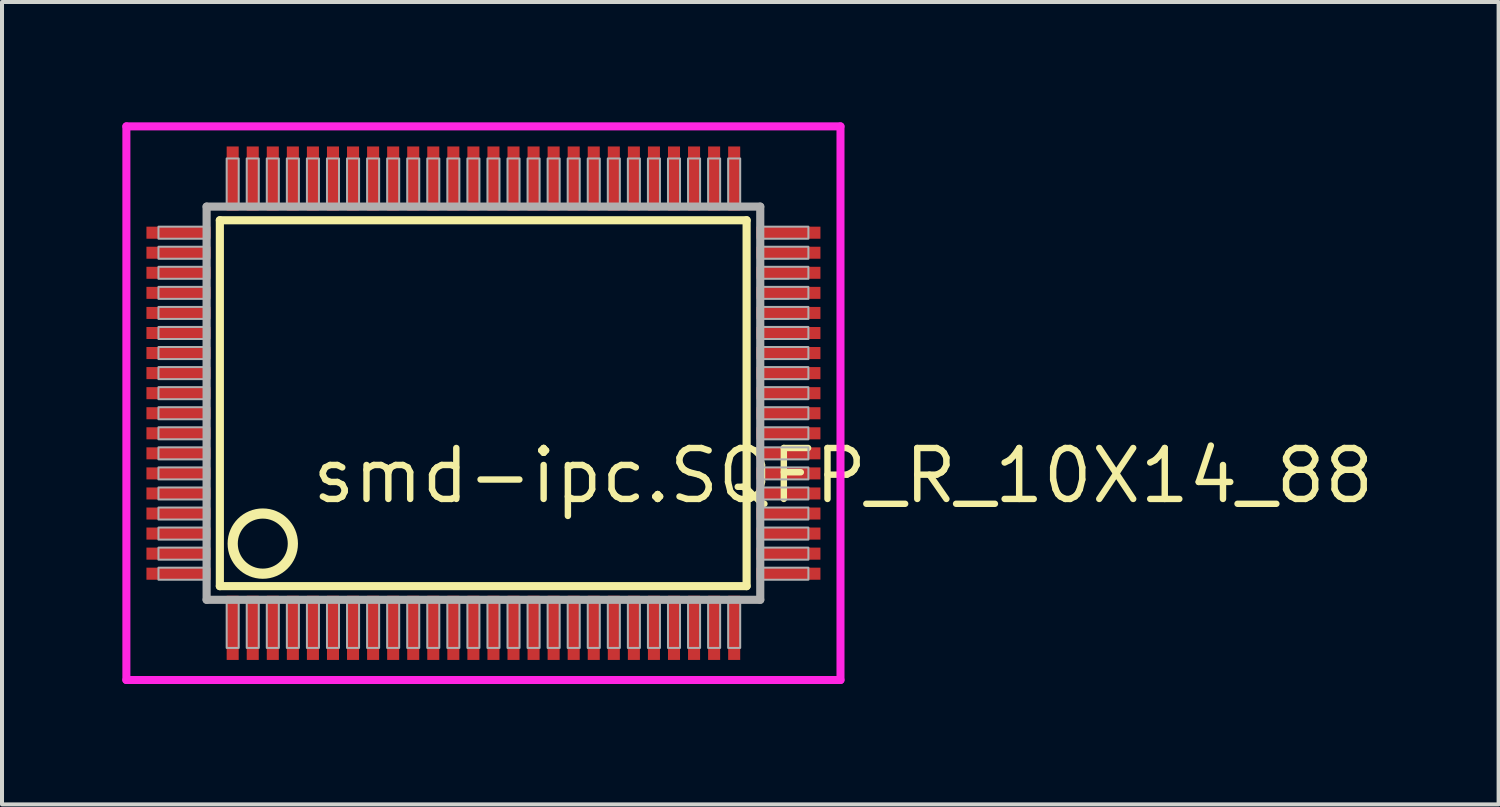
<source format=kicad_pcb>
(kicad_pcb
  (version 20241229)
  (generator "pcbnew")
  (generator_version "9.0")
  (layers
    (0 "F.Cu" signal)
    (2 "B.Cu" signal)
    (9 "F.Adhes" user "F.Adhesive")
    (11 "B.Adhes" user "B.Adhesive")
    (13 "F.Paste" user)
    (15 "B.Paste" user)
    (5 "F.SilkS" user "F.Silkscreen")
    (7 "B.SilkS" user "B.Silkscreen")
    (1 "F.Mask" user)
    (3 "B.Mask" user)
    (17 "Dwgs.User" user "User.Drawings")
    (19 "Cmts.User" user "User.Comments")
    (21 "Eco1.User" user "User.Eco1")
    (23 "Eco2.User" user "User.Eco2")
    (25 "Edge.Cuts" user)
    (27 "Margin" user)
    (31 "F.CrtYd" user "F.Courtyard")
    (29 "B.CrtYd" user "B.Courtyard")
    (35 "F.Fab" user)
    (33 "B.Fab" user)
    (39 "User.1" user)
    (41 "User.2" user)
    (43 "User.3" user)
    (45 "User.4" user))
  (footprint "smd-ipc.SQFP_R_10X14_88"
    (layer "F.Cu")
    (at 9 7)
    (property "Reference" "smd-ipc.SQFP_R_10X14_88" (at -4.35 2.55 0) (layer "F.SilkS") (effects (font (size 1.27 1.27) (thickness 0.16)) (justify left bottom)))
    (attr smd)
    (fp_line (start -6.57 -4.56) (end 6.56 -4.56) (stroke (width 0.203) (type default)) (layer "F.SilkS"))
    (fp_line (start -6.57 4.56) (end -6.57 -4.56) (stroke (width 0.203) (type default)) (layer "F.SilkS"))
    (fp_line (start 6.56 -4.56) (end 6.56 4.56) (stroke (width 0.203) (type default)) (layer "F.SilkS"))
    (fp_line (start 6.56 4.56) (end -6.57 4.56) (stroke (width 0.203) (type default)) (layer "F.SilkS"))
    (fp_circle (center -5.5 3.5) (end -4.75 3.5) (stroke (width 0.254) (type default)) (fill no) (layer "F.SilkS"))
    (fp_line (start -8.9 -6.9) (end 8.9 -6.9) (stroke (width 0.2) (type default)) (layer "F.CrtYd"))
    (fp_line (start -8.9 6.9) (end -8.9 -6.9) (stroke (width 0.2) (type default)) (layer "F.CrtYd"))
    (fp_line (start 8.9 -6.9) (end 8.9 6.9) (stroke (width 0.2) (type default)) (layer "F.CrtYd"))
    (fp_line (start 8.9 6.9) (end -8.9 6.9) (stroke (width 0.2) (type default)) (layer "F.CrtYd"))
    (fp_line (start -6.9 -4.9) (end -6.9 4.9) (stroke (width 0.203) (type default)) (layer "F.Fab"))
    (fp_line (start -6.9 4.9) (end 6.9 4.9) (stroke (width 0.203) (type default)) (layer "F.Fab"))
    (fp_line (start 6.9 -4.9) (end -6.9 -4.9) (stroke (width 0.203) (type default)) (layer "F.Fab"))
    (fp_line (start 6.9 4.9) (end 6.9 -4.9) (stroke (width 0.203) (type default)) (layer "F.Fab"))
    (fp_rect (start -8.1 -4.1) (end -6.95 -4.4) (stroke (width 0.05) (type default)) (fill no) (layer "F.Fab"))
    (fp_rect (start -8.1 -3.6) (end -6.95 -3.9) (stroke (width 0.05) (type default)) (fill no) (layer "F.Fab"))
    (fp_rect (start -8.1 -3.1) (end -6.95 -3.4) (stroke (width 0.05) (type default)) (fill no) (layer "F.Fab"))
    (fp_rect (start -8.1 -2.6) (end -6.95 -2.9) (stroke (width 0.05) (type default)) (fill no) (layer "F.Fab"))
    (fp_rect (start -8.1 -2.1) (end -6.95 -2.4) (stroke (width 0.05) (type default)) (fill no) (layer "F.Fab"))
    (fp_rect (start -8.1 -1.6) (end -6.95 -1.9) (stroke (width 0.05) (type default)) (fill no) (layer "F.Fab"))
    (fp_rect (start -8.1 -1.1) (end -6.95 -1.4) (stroke (width 0.05) (type default)) (fill no) (layer "F.Fab"))
    (fp_rect (start -8.1 -0.6) (end -6.95 -0.9) (stroke (width 0.05) (type default)) (fill no) (layer "F.Fab"))
    (fp_rect (start -8.1 -0.1) (end -6.95 -0.4) (stroke (width 0.05) (type default)) (fill no) (layer "F.Fab"))
    (fp_rect (start -8.1 0.4) (end -6.95 0.1) (stroke (width 0.05) (type default)) (fill no) (layer "F.Fab"))
    (fp_rect (start -8.1 0.9) (end -6.95 0.6) (stroke (width 0.05) (type default)) (fill no) (layer "F.Fab"))
    (fp_rect (start -8.1 1.4) (end -6.95 1.1) (stroke (width 0.05) (type default)) (fill no) (layer "F.Fab"))
    (fp_rect (start -8.1 1.9) (end -6.95 1.6) (stroke (width 0.05) (type default)) (fill no) (layer "F.Fab"))
    (fp_rect (start -8.1 2.4) (end -6.95 2.1) (stroke (width 0.05) (type default)) (fill no) (layer "F.Fab"))
    (fp_rect (start -8.1 2.9) (end -6.95 2.6) (stroke (width 0.05) (type default)) (fill no) (layer "F.Fab"))
    (fp_rect (start -8.1 3.4) (end -6.95 3.1) (stroke (width 0.05) (type default)) (fill no) (layer "F.Fab"))
    (fp_rect (start -8.1 3.9) (end -6.95 3.6) (stroke (width 0.05) (type default)) (fill no) (layer "F.Fab"))
    (fp_rect (start -8.1 4.4) (end -6.95 4.1) (stroke (width 0.05) (type default)) (fill no) (layer "F.Fab"))
    (fp_rect (start -6.4 -4.95) (end -6.1 -6.1) (stroke (width 0.05) (type default)) (fill no) (layer "F.Fab"))
    (fp_rect (start -6.4 6.1) (end -6.1 4.95) (stroke (width 0.05) (type default)) (fill no) (layer "F.Fab"))
    (fp_rect (start -5.9 -4.95) (end -5.6 -6.1) (stroke (width 0.05) (type default)) (fill no) (layer "F.Fab"))
    (fp_rect (start -5.9 6.1) (end -5.6 4.95) (stroke (width 0.05) (type default)) (fill no) (layer "F.Fab"))
    (fp_rect (start -5.4 -4.95) (end -5.1 -6.1) (stroke (width 0.05) (type default)) (fill no) (layer "F.Fab"))
    (fp_rect (start -5.4 6.1) (end -5.1 4.95) (stroke (width 0.05) (type default)) (fill no) (layer "F.Fab"))
    (fp_rect (start -4.9 -4.95) (end -4.6 -6.1) (stroke (width 0.05) (type default)) (fill no) (layer "F.Fab"))
    (fp_rect (start -4.9 6.1) (end -4.6 4.95) (stroke (width 0.05) (type default)) (fill no) (layer "F.Fab"))
    (fp_rect (start -4.4 -4.95) (end -4.1 -6.1) (stroke (width 0.05) (type default)) (fill no) (layer "F.Fab"))
    (fp_rect (start -4.4 6.1) (end -4.1 4.95) (stroke (width 0.05) (type default)) (fill no) (layer "F.Fab"))
    (fp_rect (start -3.9 -4.95) (end -3.6 -6.1) (stroke (width 0.05) (type default)) (fill no) (layer "F.Fab"))
    (fp_rect (start -3.9 6.1) (end -3.6 4.95) (stroke (width 0.05) (type default)) (fill no) (layer "F.Fab"))
    (fp_rect (start -3.4 -4.95) (end -3.1 -6.1) (stroke (width 0.05) (type default)) (fill no) (layer "F.Fab"))
    (fp_rect (start -3.4 6.1) (end -3.1 4.95) (stroke (width 0.05) (type default)) (fill no) (layer "F.Fab"))
    (fp_rect (start -2.9 -4.95) (end -2.6 -6.1) (stroke (width 0.05) (type default)) (fill no) (layer "F.Fab"))
    (fp_rect (start -2.9 6.1) (end -2.6 4.95) (stroke (width 0.05) (type default)) (fill no) (layer "F.Fab"))
    (fp_rect (start -2.4 -4.95) (end -2.1 -6.1) (stroke (width 0.05) (type default)) (fill no) (layer "F.Fab"))
    (fp_rect (start -2.4 6.1) (end -2.1 4.95) (stroke (width 0.05) (type default)) (fill no) (layer "F.Fab"))
    (fp_rect (start -1.9 -4.95) (end -1.6 -6.1) (stroke (width 0.05) (type default)) (fill no) (layer "F.Fab"))
    (fp_rect (start -1.9 6.1) (end -1.6 4.95) (stroke (width 0.05) (type default)) (fill no) (layer "F.Fab"))
    (fp_rect (start -1.4 -4.95) (end -1.1 -6.1) (stroke (width 0.05) (type default)) (fill no) (layer "F.Fab"))
    (fp_rect (start -1.4 6.1) (end -1.1 4.95) (stroke (width 0.05) (type default)) (fill no) (layer "F.Fab"))
    (fp_rect (start -0.9 -4.95) (end -0.6 -6.1) (stroke (width 0.05) (type default)) (fill no) (layer "F.Fab"))
    (fp_rect (start -0.9 6.1) (end -0.6 4.95) (stroke (width 0.05) (type default)) (fill no) (layer "F.Fab"))
    (fp_rect (start -0.4 -4.95) (end -0.1 -6.1) (stroke (width 0.05) (type default)) (fill no) (layer "F.Fab"))
    (fp_rect (start -0.4 6.1) (end -0.1 4.95) (stroke (width 0.05) (type default)) (fill no) (layer "F.Fab"))
    (fp_rect (start 0.1 -4.95) (end 0.4 -6.1) (stroke (width 0.05) (type default)) (fill no) (layer "F.Fab"))
    (fp_rect (start 0.1 6.1) (end 0.4 4.95) (stroke (width 0.05) (type default)) (fill no) (layer "F.Fab"))
    (fp_rect (start 0.6 -4.95) (end 0.9 -6.1) (stroke (width 0.05) (type default)) (fill no) (layer "F.Fab"))
    (fp_rect (start 0.6 6.1) (end 0.9 4.95) (stroke (width 0.05) (type default)) (fill no) (layer "F.Fab"))
    (fp_rect (start 1.1 -4.95) (end 1.4 -6.1) (stroke (width 0.05) (type default)) (fill no) (layer "F.Fab"))
    (fp_rect (start 1.1 6.1) (end 1.4 4.95) (stroke (width 0.05) (type default)) (fill no) (layer "F.Fab"))
    (fp_rect (start 1.6 -4.95) (end 1.9 -6.1) (stroke (width 0.05) (type default)) (fill no) (layer "F.Fab"))
    (fp_rect (start 1.6 6.1) (end 1.9 4.95) (stroke (width 0.05) (type default)) (fill no) (layer "F.Fab"))
    (fp_rect (start 2.1 -4.95) (end 2.4 -6.1) (stroke (width 0.05) (type default)) (fill no) (layer "F.Fab"))
    (fp_rect (start 2.1 6.1) (end 2.4 4.95) (stroke (width 0.05) (type default)) (fill no) (layer "F.Fab"))
    (fp_rect (start 2.6 -4.95) (end 2.9 -6.1) (stroke (width 0.05) (type default)) (fill no) (layer "F.Fab"))
    (fp_rect (start 2.6 6.1) (end 2.9 4.95) (stroke (width 0.05) (type default)) (fill no) (layer "F.Fab"))
    (fp_rect (start 3.1 -4.95) (end 3.4 -6.1) (stroke (width 0.05) (type default)) (fill no) (layer "F.Fab"))
    (fp_rect (start 3.1 6.1) (end 3.4 4.95) (stroke (width 0.05) (type default)) (fill no) (layer "F.Fab"))
    (fp_rect (start 3.6 -4.95) (end 3.9 -6.1) (stroke (width 0.05) (type default)) (fill no) (layer "F.Fab"))
    (fp_rect (start 3.6 6.1) (end 3.9 4.95) (stroke (width 0.05) (type default)) (fill no) (layer "F.Fab"))
    (fp_rect (start 4.1 -4.95) (end 4.4 -6.1) (stroke (width 0.05) (type default)) (fill no) (layer "F.Fab"))
    (fp_rect (start 4.1 6.1) (end 4.4 4.95) (stroke (width 0.05) (type default)) (fill no) (layer "F.Fab"))
    (fp_rect (start 4.6 -4.95) (end 4.9 -6.1) (stroke (width 0.05) (type default)) (fill no) (layer "F.Fab"))
    (fp_rect (start 4.6 6.1) (end 4.9 4.95) (stroke (width 0.05) (type default)) (fill no) (layer "F.Fab"))
    (fp_rect (start 5.1 -4.95) (end 5.4 -6.1) (stroke (width 0.05) (type default)) (fill no) (layer "F.Fab"))
    (fp_rect (start 5.1 6.1) (end 5.4 4.95) (stroke (width 0.05) (type default)) (fill no) (layer "F.Fab"))
    (fp_rect (start 5.6 -4.95) (end 5.9 -6.1) (stroke (width 0.05) (type default)) (fill no) (layer "F.Fab"))
    (fp_rect (start 5.6 6.1) (end 5.9 4.95) (stroke (width 0.05) (type default)) (fill no) (layer "F.Fab"))
    (fp_rect (start 6.1 -4.95) (end 6.4 -6.1) (stroke (width 0.05) (type default)) (fill no) (layer "F.Fab"))
    (fp_rect (start 6.1 6.1) (end 6.4 4.95) (stroke (width 0.05) (type default)) (fill no) (layer "F.Fab"))
    (fp_rect (start 6.95 -4.1) (end 8.1 -4.4) (stroke (width 0.05) (type default)) (fill no) (layer "F.Fab"))
    (fp_rect (start 6.95 -3.6) (end 8.1 -3.9) (stroke (width 0.05) (type default)) (fill no) (layer "F.Fab"))
    (fp_rect (start 6.95 -3.1) (end 8.1 -3.4) (stroke (width 0.05) (type default)) (fill no) (layer "F.Fab"))
    (fp_rect (start 6.95 -2.6) (end 8.1 -2.9) (stroke (width 0.05) (type default)) (fill no) (layer "F.Fab"))
    (fp_rect (start 6.95 -2.1) (end 8.1 -2.4) (stroke (width 0.05) (type default)) (fill no) (layer "F.Fab"))
    (fp_rect (start 6.95 -1.6) (end 8.1 -1.9) (stroke (width 0.05) (type default)) (fill no) (layer "F.Fab"))
    (fp_rect (start 6.95 -1.1) (end 8.1 -1.4) (stroke (width 0.05) (type default)) (fill no) (layer "F.Fab"))
    (fp_rect (start 6.95 -0.6) (end 8.1 -0.9) (stroke (width 0.05) (type default)) (fill no) (layer "F.Fab"))
    (fp_rect (start 6.95 -0.1) (end 8.1 -0.4) (stroke (width 0.05) (type default)) (fill no) (layer "F.Fab"))
    (fp_rect (start 6.95 0.4) (end 8.1 0.1) (stroke (width 0.05) (type default)) (fill no) (layer "F.Fab"))
    (fp_rect (start 6.95 0.9) (end 8.1 0.6) (stroke (width 0.05) (type default)) (fill no) (layer "F.Fab"))
    (fp_rect (start 6.95 1.4) (end 8.1 1.1) (stroke (width 0.05) (type default)) (fill no) (layer "F.Fab"))
    (fp_rect (start 6.95 1.9) (end 8.1 1.6) (stroke (width 0.05) (type default)) (fill no) (layer "F.Fab"))
    (fp_rect (start 6.95 2.4) (end 8.1 2.1) (stroke (width 0.05) (type default)) (fill no) (layer "F.Fab"))
    (fp_rect (start 6.95 2.9) (end 8.1 2.6) (stroke (width 0.05) (type default)) (fill no) (layer "F.Fab"))
    (fp_rect (start 6.95 3.4) (end 8.1 3.1) (stroke (width 0.05) (type default)) (fill no) (layer "F.Fab"))
    (fp_rect (start 6.95 3.9) (end 8.1 3.6) (stroke (width 0.05) (type default)) (fill no) (layer "F.Fab"))
    (fp_rect (start 6.95 4.4) (end 8.1 4.1) (stroke (width 0.05) (type default)) (fill no) (layer "F.Fab"))
    (pad "1" smd roundrect (at -6.25 5.6) (size 0.3 1.6) (layers "F.Cu" "F.Mask" "F.Paste") (roundrect_rratio 0.01))
    (pad "2" smd roundrect (at -5.75 5.6) (size 0.3 1.6) (layers "F.Cu" "F.Mask" "F.Paste") (roundrect_rratio 0.01))
    (pad "3" smd roundrect (at -5.25 5.6) (size 0.3 1.6) (layers "F.Cu" "F.Mask" "F.Paste") (roundrect_rratio 0.01))
    (pad "4" smd roundrect (at -4.75 5.6) (size 0.3 1.6) (layers "F.Cu" "F.Mask" "F.Paste") (roundrect_rratio 0.01))
    (pad "5" smd roundrect (at -4.25 5.6) (size 0.3 1.6) (layers "F.Cu" "F.Mask" "F.Paste") (roundrect_rratio 0.01))
    (pad "6" smd roundrect (at -3.75 5.6) (size 0.3 1.6) (layers "F.Cu" "F.Mask" "F.Paste") (roundrect_rratio 0.01))
    (pad "7" smd roundrect (at -3.25 5.6) (size 0.3 1.6) (layers "F.Cu" "F.Mask" "F.Paste") (roundrect_rratio 0.01))
    (pad "8" smd roundrect (at -2.75 5.6) (size 0.3 1.6) (layers "F.Cu" "F.Mask" "F.Paste") (roundrect_rratio 0.01))
    (pad "9" smd roundrect (at -2.25 5.6) (size 0.3 1.6) (layers "F.Cu" "F.Mask" "F.Paste") (roundrect_rratio 0.01))
    (pad "10" smd roundrect (at -1.75 5.6) (size 0.3 1.6) (layers "F.Cu" "F.Mask" "F.Paste") (roundrect_rratio 0.01))
    (pad "11" smd roundrect (at -1.25 5.6) (size 0.3 1.6) (layers "F.Cu" "F.Mask" "F.Paste") (roundrect_rratio 0.01))
    (pad "12" smd roundrect (at -0.75 5.6) (size 0.3 1.6) (layers "F.Cu" "F.Mask" "F.Paste") (roundrect_rratio 0.01))
    (pad "13" smd roundrect (at -0.25 5.6) (size 0.3 1.6) (layers "F.Cu" "F.Mask" "F.Paste") (roundrect_rratio 0.01))
    (pad "14" smd roundrect (at 0.25 5.6) (size 0.3 1.6) (layers "F.Cu" "F.Mask" "F.Paste") (roundrect_rratio 0.01))
    (pad "15" smd roundrect (at 0.75 5.6) (size 0.3 1.6) (layers "F.Cu" "F.Mask" "F.Paste") (roundrect_rratio 0.01))
    (pad "16" smd roundrect (at 1.25 5.6) (size 0.3 1.6) (layers "F.Cu" "F.Mask" "F.Paste") (roundrect_rratio 0.01))
    (pad "17" smd roundrect (at 1.75 5.6) (size 0.3 1.6) (layers "F.Cu" "F.Mask" "F.Paste") (roundrect_rratio 0.01))
    (pad "18" smd roundrect (at 2.25 5.6) (size 0.3 1.6) (layers "F.Cu" "F.Mask" "F.Paste") (roundrect_rratio 0.01))
    (pad "19" smd roundrect (at 2.75 5.6) (size 0.3 1.6) (layers "F.Cu" "F.Mask" "F.Paste") (roundrect_rratio 0.01))
    (pad "20" smd roundrect (at 3.25 5.6) (size 0.3 1.6) (layers "F.Cu" "F.Mask" "F.Paste") (roundrect_rratio 0.01))
    (pad "21" smd roundrect (at 3.75 5.6) (size 0.3 1.6) (layers "F.Cu" "F.Mask" "F.Paste") (roundrect_rratio 0.01))
    (pad "22" smd roundrect (at 4.25 5.6) (size 0.3 1.6) (layers "F.Cu" "F.Mask" "F.Paste") (roundrect_rratio 0.01))
    (pad "23" smd roundrect (at 4.75 5.6) (size 0.3 1.6) (layers "F.Cu" "F.Mask" "F.Paste") (roundrect_rratio 0.01))
    (pad "24" smd roundrect (at 5.25 5.6) (size 0.3 1.6) (layers "F.Cu" "F.Mask" "F.Paste") (roundrect_rratio 0.01))
    (pad "25" smd roundrect (at 5.75 5.6) (size 0.3 1.6) (layers "F.Cu" "F.Mask" "F.Paste") (roundrect_rratio 0.01))
    (pad "26" smd roundrect (at 6.25 5.6) (size 0.3 1.6) (layers "F.Cu" "F.Mask" "F.Paste") (roundrect_rratio 0.01))
    (pad "27" smd roundrect (at 7.6 4.25) (size 1.6 0.3) (layers "F.Cu" "F.Mask" "F.Paste") (roundrect_rratio 0.01))
    (pad "28" smd roundrect (at 7.6 3.75) (size 1.6 0.3) (layers "F.Cu" "F.Mask" "F.Paste") (roundrect_rratio 0.01))
    (pad "29" smd roundrect (at 7.6 3.25) (size 1.6 0.3) (layers "F.Cu" "F.Mask" "F.Paste") (roundrect_rratio 0.01))
    (pad "30" smd roundrect (at 7.6 2.75) (size 1.6 0.3) (layers "F.Cu" "F.Mask" "F.Paste") (roundrect_rratio 0.01))
    (pad "31" smd roundrect (at 7.6 2.25) (size 1.6 0.3) (layers "F.Cu" "F.Mask" "F.Paste") (roundrect_rratio 0.01))
    (pad "32" smd roundrect (at 7.6 1.75) (size 1.6 0.3) (layers "F.Cu" "F.Mask" "F.Paste") (roundrect_rratio 0.01))
    (pad "33" smd roundrect (at 7.6 1.25) (size 1.6 0.3) (layers "F.Cu" "F.Mask" "F.Paste") (roundrect_rratio 0.01))
    (pad "34" smd roundrect (at 7.6 0.75) (size 1.6 0.3) (layers "F.Cu" "F.Mask" "F.Paste") (roundrect_rratio 0.01))
    (pad "35" smd roundrect (at 7.6 0.25) (size 1.6 0.3) (layers "F.Cu" "F.Mask" "F.Paste") (roundrect_rratio 0.01))
    (pad "36" smd roundrect (at 7.6 -0.25) (size 1.6 0.3) (layers "F.Cu" "F.Mask" "F.Paste") (roundrect_rratio 0.01))
    (pad "37" smd roundrect (at 7.6 -0.75) (size 1.6 0.3) (layers "F.Cu" "F.Mask" "F.Paste") (roundrect_rratio 0.01))
    (pad "38" smd roundrect (at 7.6 -1.25) (size 1.6 0.3) (layers "F.Cu" "F.Mask" "F.Paste") (roundrect_rratio 0.01))
    (pad "39" smd roundrect (at 7.6 -1.75) (size 1.6 0.3) (layers "F.Cu" "F.Mask" "F.Paste") (roundrect_rratio 0.01))
    (pad "40" smd roundrect (at 7.6 -2.25) (size 1.6 0.3) (layers "F.Cu" "F.Mask" "F.Paste") (roundrect_rratio 0.01))
    (pad "41" smd roundrect (at 7.6 -2.75) (size 1.6 0.3) (layers "F.Cu" "F.Mask" "F.Paste") (roundrect_rratio 0.01))
    (pad "42" smd roundrect (at 7.6 -3.25) (size 1.6 0.3) (layers "F.Cu" "F.Mask" "F.Paste") (roundrect_rratio 0.01))
    (pad "43" smd roundrect (at 7.6 -3.75) (size 1.6 0.3) (layers "F.Cu" "F.Mask" "F.Paste") (roundrect_rratio 0.01))
    (pad "44" smd roundrect (at 7.6 -4.25) (size 1.6 0.3) (layers "F.Cu" "F.Mask" "F.Paste") (roundrect_rratio 0.01))
    (pad "45" smd roundrect (at 6.25 -5.6) (size 0.3 1.6) (layers "F.Cu" "F.Mask" "F.Paste") (roundrect_rratio 0.01))
    (pad "46" smd roundrect (at 5.75 -5.6) (size 0.3 1.6) (layers "F.Cu" "F.Mask" "F.Paste") (roundrect_rratio 0.01))
    (pad "47" smd roundrect (at 5.25 -5.6) (size 0.3 1.6) (layers "F.Cu" "F.Mask" "F.Paste") (roundrect_rratio 0.01))
    (pad "48" smd roundrect (at 4.75 -5.6) (size 0.3 1.6) (layers "F.Cu" "F.Mask" "F.Paste") (roundrect_rratio 0.01))
    (pad "49" smd roundrect (at 4.25 -5.6) (size 0.3 1.6) (layers "F.Cu" "F.Mask" "F.Paste") (roundrect_rratio 0.01))
    (pad "50" smd roundrect (at 3.75 -5.6) (size 0.3 1.6) (layers "F.Cu" "F.Mask" "F.Paste") (roundrect_rratio 0.01))
    (pad "51" smd roundrect (at 3.25 -5.6) (size 0.3 1.6) (layers "F.Cu" "F.Mask" "F.Paste") (roundrect_rratio 0.01))
    (pad "52" smd roundrect (at 2.75 -5.6) (size 0.3 1.6) (layers "F.Cu" "F.Mask" "F.Paste") (roundrect_rratio 0.01))
    (pad "53" smd roundrect (at 2.25 -5.6) (size 0.3 1.6) (layers "F.Cu" "F.Mask" "F.Paste") (roundrect_rratio 0.01))
    (pad "54" smd roundrect (at 1.75 -5.6) (size 0.3 1.6) (layers "F.Cu" "F.Mask" "F.Paste") (roundrect_rratio 0.01))
    (pad "55" smd roundrect (at 1.25 -5.6) (size 0.3 1.6) (layers "F.Cu" "F.Mask" "F.Paste") (roundrect_rratio 0.01))
    (pad "56" smd roundrect (at 0.75 -5.6) (size 0.3 1.6) (layers "F.Cu" "F.Mask" "F.Paste") (roundrect_rratio 0.01))
    (pad "57" smd roundrect (at 0.25 -5.6) (size 0.3 1.6) (layers "F.Cu" "F.Mask" "F.Paste") (roundrect_rratio 0.01))
    (pad "58" smd roundrect (at -0.25 -5.6) (size 0.3 1.6) (layers "F.Cu" "F.Mask" "F.Paste") (roundrect_rratio 0.01))
    (pad "59" smd roundrect (at -0.75 -5.6) (size 0.3 1.6) (layers "F.Cu" "F.Mask" "F.Paste") (roundrect_rratio 0.01))
    (pad "60" smd roundrect (at -1.25 -5.6) (size 0.3 1.6) (layers "F.Cu" "F.Mask" "F.Paste") (roundrect_rratio 0.01))
    (pad "61" smd roundrect (at -1.75 -5.6) (size 0.3 1.6) (layers "F.Cu" "F.Mask" "F.Paste") (roundrect_rratio 0.01))
    (pad "62" smd roundrect (at -2.25 -5.6) (size 0.3 1.6) (layers "F.Cu" "F.Mask" "F.Paste") (roundrect_rratio 0.01))
    (pad "63" smd roundrect (at -2.75 -5.6) (size 0.3 1.6) (layers "F.Cu" "F.Mask" "F.Paste") (roundrect_rratio 0.01))
    (pad "64" smd roundrect (at -3.25 -5.6) (size 0.3 1.6) (layers "F.Cu" "F.Mask" "F.Paste") (roundrect_rratio 0.01))
    (pad "65" smd roundrect (at -3.75 -5.6) (size 0.3 1.6) (layers "F.Cu" "F.Mask" "F.Paste") (roundrect_rratio 0.01))
    (pad "66" smd roundrect (at -4.25 -5.6) (size 0.3 1.6) (layers "F.Cu" "F.Mask" "F.Paste") (roundrect_rratio 0.01))
    (pad "67" smd roundrect (at -4.75 -5.6) (size 0.3 1.6) (layers "F.Cu" "F.Mask" "F.Paste") (roundrect_rratio 0.01))
    (pad "68" smd roundrect (at -5.25 -5.6) (size 0.3 1.6) (layers "F.Cu" "F.Mask" "F.Paste") (roundrect_rratio 0.01))
    (pad "69" smd roundrect (at -5.75 -5.6) (size 0.3 1.6) (layers "F.Cu" "F.Mask" "F.Paste") (roundrect_rratio 0.01))
    (pad "70" smd roundrect (at -6.25 -5.6) (size 0.3 1.6) (layers "F.Cu" "F.Mask" "F.Paste") (roundrect_rratio 0.01))
    (pad "71" smd roundrect (at -7.6 -4.25) (size 1.6 0.3) (layers "F.Cu" "F.Mask" "F.Paste") (roundrect_rratio 0.01))
    (pad "72" smd roundrect (at -7.6 -3.75) (size 1.6 0.3) (layers "F.Cu" "F.Mask" "F.Paste") (roundrect_rratio 0.01))
    (pad "73" smd roundrect (at -7.6 -3.25) (size 1.6 0.3) (layers "F.Cu" "F.Mask" "F.Paste") (roundrect_rratio 0.01))
    (pad "74" smd roundrect (at -7.6 -2.75) (size 1.6 0.3) (layers "F.Cu" "F.Mask" "F.Paste") (roundrect_rratio 0.01))
    (pad "75" smd roundrect (at -7.6 -2.25) (size 1.6 0.3) (layers "F.Cu" "F.Mask" "F.Paste") (roundrect_rratio 0.01))
    (pad "76" smd roundrect (at -7.6 -1.75) (size 1.6 0.3) (layers "F.Cu" "F.Mask" "F.Paste") (roundrect_rratio 0.01))
    (pad "77" smd roundrect (at -7.6 -1.25) (size 1.6 0.3) (layers "F.Cu" "F.Mask" "F.Paste") (roundrect_rratio 0.01))
    (pad "78" smd roundrect (at -7.6 -0.75) (size 1.6 0.3) (layers "F.Cu" "F.Mask" "F.Paste") (roundrect_rratio 0.01))
    (pad "79" smd roundrect (at -7.6 -0.25) (size 1.6 0.3) (layers "F.Cu" "F.Mask" "F.Paste") (roundrect_rratio 0.01))
    (pad "80" smd roundrect (at -7.6 0.25) (size 1.6 0.3) (layers "F.Cu" "F.Mask" "F.Paste") (roundrect_rratio 0.01))
    (pad "81" smd roundrect (at -7.6 0.75) (size 1.6 0.3) (layers "F.Cu" "F.Mask" "F.Paste") (roundrect_rratio 0.01))
    (pad "82" smd roundrect (at -7.6 1.25) (size 1.6 0.3) (layers "F.Cu" "F.Mask" "F.Paste") (roundrect_rratio 0.01))
    (pad "83" smd roundrect (at -7.6 1.75) (size 1.6 0.3) (layers "F.Cu" "F.Mask" "F.Paste") (roundrect_rratio 0.01))
    (pad "84" smd roundrect (at -7.6 2.25) (size 1.6 0.3) (layers "F.Cu" "F.Mask" "F.Paste") (roundrect_rratio 0.01))
    (pad "85" smd roundrect (at -7.6 2.75) (size 1.6 0.3) (layers "F.Cu" "F.Mask" "F.Paste") (roundrect_rratio 0.01))
    (pad "86" smd roundrect (at -7.6 3.25) (size 1.6 0.3) (layers "F.Cu" "F.Mask" "F.Paste") (roundrect_rratio 0.01))
    (pad "87" smd roundrect (at -7.6 3.75) (size 1.6 0.3) (layers "F.Cu" "F.Mask" "F.Paste") (roundrect_rratio 0.01))
    (pad "88" smd roundrect (at -7.6 4.25) (size 1.6 0.3) (layers "F.Cu" "F.Mask" "F.Paste") (roundrect_rratio 0.01)))
  (gr_rect
    (start -3 -3)
    (end 34.304 17)
    (stroke (width 0.1) (type default))
    (fill no)
    (layer "Edge.Cuts")))
</source>
